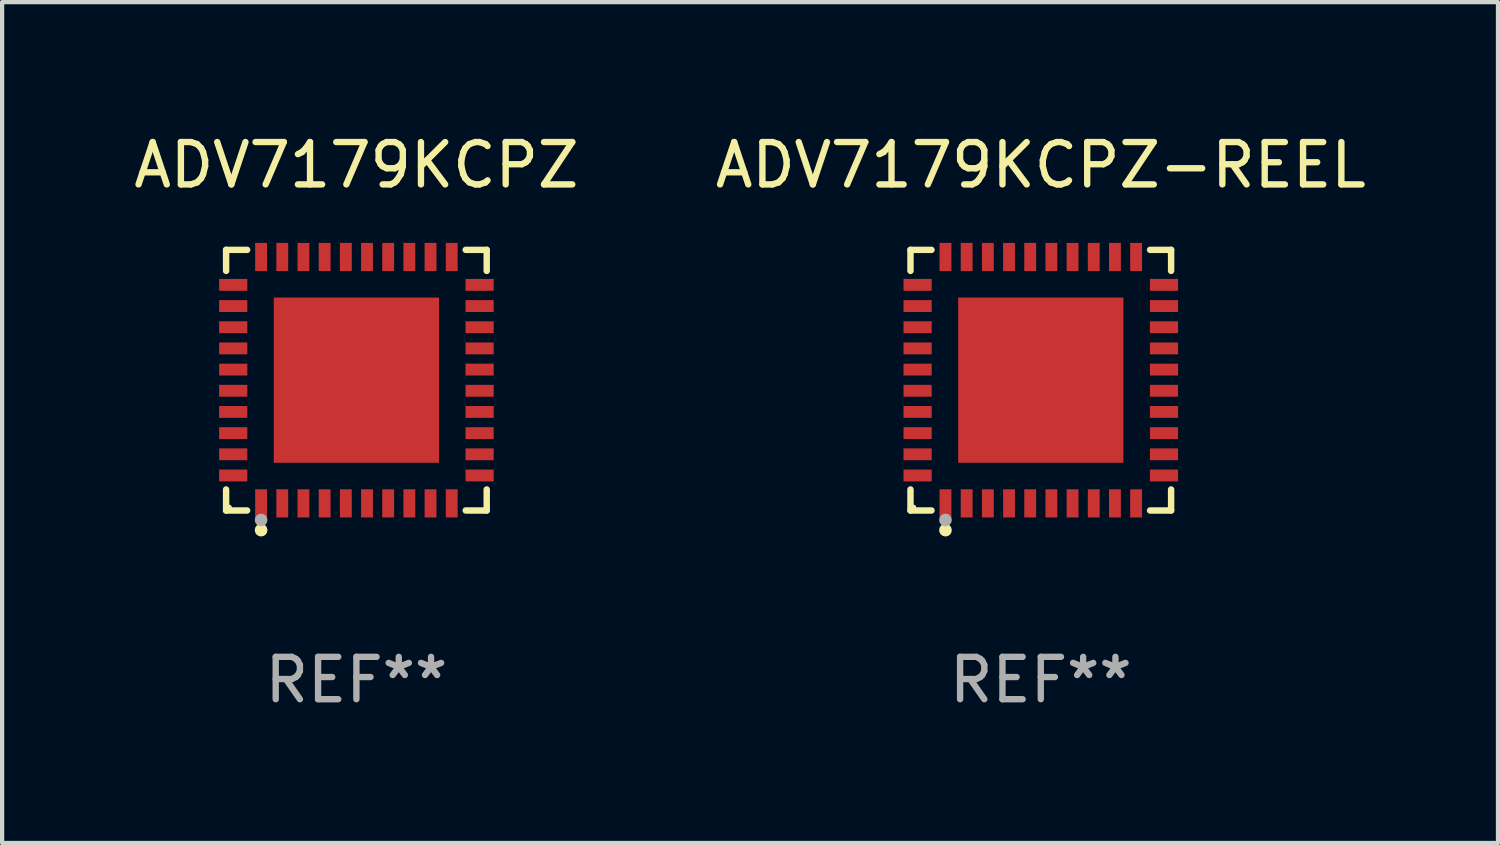
<source format=kicad_pcb>
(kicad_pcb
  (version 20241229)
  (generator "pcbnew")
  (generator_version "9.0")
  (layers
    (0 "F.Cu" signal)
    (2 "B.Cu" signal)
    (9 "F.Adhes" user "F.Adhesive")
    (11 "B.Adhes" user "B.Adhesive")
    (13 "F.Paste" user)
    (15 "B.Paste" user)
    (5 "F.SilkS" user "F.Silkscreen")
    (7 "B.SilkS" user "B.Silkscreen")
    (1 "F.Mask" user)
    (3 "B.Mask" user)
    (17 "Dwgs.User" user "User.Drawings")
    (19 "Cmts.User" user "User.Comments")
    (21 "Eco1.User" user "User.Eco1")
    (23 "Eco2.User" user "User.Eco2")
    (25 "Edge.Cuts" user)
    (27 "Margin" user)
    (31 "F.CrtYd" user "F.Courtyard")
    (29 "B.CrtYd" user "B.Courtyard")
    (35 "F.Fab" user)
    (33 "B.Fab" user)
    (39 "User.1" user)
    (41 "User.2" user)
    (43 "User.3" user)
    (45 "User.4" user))
  (footprint "ADV7179KCPZ-REEL"
    (layer "F.Cu")
    (at 21.518 5.924)
    (property "Reference" "ADV7179KCPZ-REEL" (at 0 -5.076 0) (layer "F.SilkS") (effects (font (size 1 1) (thickness 0.15))))
    (attr through_hole)
    (fp_line (start -3.076 -3.076) (end -2.58 -3.076) (stroke (width 0.152) (type solid)) (layer "F.SilkS"))
    (fp_line (start -3.076 -2.58) (end -3.076 -3.076) (stroke (width 0.152) (type solid)) (layer "F.SilkS"))
    (fp_line (start -3.076 2.58) (end -3.076 3.076) (stroke (width 0.152) (type solid)) (layer "F.SilkS"))
    (fp_line (start -3.076 3.076) (end -2.58 3.076) (stroke (width 0.152) (type solid)) (layer "F.SilkS"))
    (fp_line (start 3.076 -3.076) (end 2.58 -3.076) (stroke (width 0.152) (type solid)) (layer "F.SilkS"))
    (fp_line (start 3.076 -2.58) (end 3.076 -3.076) (stroke (width 0.152) (type solid)) (layer "F.SilkS"))
    (fp_line (start 3.076 2.58) (end 3.076 3.076) (stroke (width 0.152) (type solid)) (layer "F.SilkS"))
    (fp_line (start 3.076 3.076) (end 2.58 3.076) (stroke (width 0.152) (type solid)) (layer "F.SilkS"))
    (fp_circle (center -3 3) (end -2.97 3) (stroke (width 0.06) (type solid)) (fill no) (layer "F.SilkS"))
    (fp_circle (center -2.25 3.54) (end -2.175 3.54) (stroke (width 0.15) (type solid)) (fill no) (layer "F.SilkS"))
    (fp_circle (center -2.25 3.3) (end -2.175 3.3) (stroke (width 0.15) (type solid)) (fill no) (layer "F.Fab"))
    (fp_text user "REF**" (at 0 7.076 0) (layer "F.Fab") (effects (font (size 1 1) (thickness 0.15))))
    (pad "1" smd rect (at -2.25 2.908) (size 0.28 0.665) (layers "F.Cu" "F.Mask" "F.Paste"))
    (pad "2" smd rect (at -1.75 2.908) (size 0.28 0.665) (layers "F.Cu" "F.Mask" "F.Paste"))
    (pad "3" smd rect (at -1.25 2.908) (size 0.28 0.665) (layers "F.Cu" "F.Mask" "F.Paste"))
    (pad "4" smd rect (at -0.75 2.908) (size 0.28 0.665) (layers "F.Cu" "F.Mask" "F.Paste"))
    (pad "5" smd rect (at -0.25 2.908) (size 0.28 0.665) (layers "F.Cu" "F.Mask" "F.Paste"))
    (pad "6" smd rect (at 0.25 2.908) (size 0.28 0.665) (layers "F.Cu" "F.Mask" "F.Paste"))
    (pad "7" smd rect (at 0.75 2.908) (size 0.28 0.665) (layers "F.Cu" "F.Mask" "F.Paste"))
    (pad "8" smd rect (at 1.25 2.908) (size 0.28 0.665) (layers "F.Cu" "F.Mask" "F.Paste"))
    (pad "9" smd rect (at 1.75 2.908) (size 0.28 0.665) (layers "F.Cu" "F.Mask" "F.Paste"))
    (pad "10" smd rect (at 2.25 2.908) (size 0.28 0.665) (layers "F.Cu" "F.Mask" "F.Paste"))
    (pad "11" smd rect (at 2.908 2.25) (size 0.665 0.28) (layers "F.Cu" "F.Mask" "F.Paste"))
    (pad "12" smd rect (at 2.908 1.75) (size 0.665 0.28) (layers "F.Cu" "F.Mask" "F.Paste"))
    (pad "13" smd rect (at 2.908 1.25) (size 0.665 0.28) (layers "F.Cu" "F.Mask" "F.Paste"))
    (pad "14" smd rect (at 2.908 0.75) (size 0.665 0.28) (layers "F.Cu" "F.Mask" "F.Paste"))
    (pad "15" smd rect (at 2.908 0.25) (size 0.665 0.28) (layers "F.Cu" "F.Mask" "F.Paste"))
    (pad "16" smd rect (at 2.908 -0.25) (size 0.665 0.28) (layers "F.Cu" "F.Mask" "F.Paste"))
    (pad "17" smd rect (at 2.908 -0.75) (size 0.665 0.28) (layers "F.Cu" "F.Mask" "F.Paste"))
    (pad "18" smd rect (at 2.908 -1.25) (size 0.665 0.28) (layers "F.Cu" "F.Mask" "F.Paste"))
    (pad "19" smd rect (at 2.908 -1.75) (size 0.665 0.28) (layers "F.Cu" "F.Mask" "F.Paste"))
    (pad "20" smd rect (at 2.908 -2.25) (size 0.665 0.28) (layers "F.Cu" "F.Mask" "F.Paste"))
    (pad "21" smd rect (at 2.25 -2.908) (size 0.28 0.665) (layers "F.Cu" "F.Mask" "F.Paste"))
    (pad "22" smd rect (at 1.75 -2.908) (size 0.28 0.665) (layers "F.Cu" "F.Mask" "F.Paste"))
    (pad "23" smd rect (at 1.25 -2.908) (size 0.28 0.665) (layers "F.Cu" "F.Mask" "F.Paste"))
    (pad "24" smd rect (at 0.75 -2.908) (size 0.28 0.665) (layers "F.Cu" "F.Mask" "F.Paste"))
    (pad "25" smd rect (at 0.25 -2.908) (size 0.28 0.665) (layers "F.Cu" "F.Mask" "F.Paste"))
    (pad "26" smd rect (at -0.25 -2.908) (size 0.28 0.665) (layers "F.Cu" "F.Mask" "F.Paste"))
    (pad "27" smd rect (at -0.75 -2.908) (size 0.28 0.665) (layers "F.Cu" "F.Mask" "F.Paste"))
    (pad "28" smd rect (at -1.25 -2.908) (size 0.28 0.665) (layers "F.Cu" "F.Mask" "F.Paste"))
    (pad "29" smd rect (at -1.75 -2.908) (size 0.28 0.665) (layers "F.Cu" "F.Mask" "F.Paste"))
    (pad "30" smd rect (at -2.25 -2.908) (size 0.28 0.665) (layers "F.Cu" "F.Mask" "F.Paste"))
    (pad "31" smd rect (at -2.908 -2.25) (size 0.665 0.28) (layers "F.Cu" "F.Mask" "F.Paste"))
    (pad "32" smd rect (at -2.908 -1.75) (size 0.665 0.28) (layers "F.Cu" "F.Mask" "F.Paste"))
    (pad "33" smd rect (at -2.908 -1.25) (size 0.665 0.28) (layers "F.Cu" "F.Mask" "F.Paste"))
    (pad "34" smd rect (at -2.908 -0.75) (size 0.665 0.28) (layers "F.Cu" "F.Mask" "F.Paste"))
    (pad "35" smd rect (at -2.908 -0.25) (size 0.665 0.28) (layers "F.Cu" "F.Mask" "F.Paste"))
    (pad "36" smd rect (at -2.908 0.25) (size 0.665 0.28) (layers "F.Cu" "F.Mask" "F.Paste"))
    (pad "37" smd rect (at -2.908 0.75) (size 0.665 0.28) (layers "F.Cu" "F.Mask" "F.Paste"))
    (pad "38" smd rect (at -2.908 1.25) (size 0.665 0.28) (layers "F.Cu" "F.Mask" "F.Paste"))
    (pad "39" smd rect (at -2.908 1.75) (size 0.665 0.28) (layers "F.Cu" "F.Mask" "F.Paste"))
    (pad "40" smd rect (at -2.908 2.25) (size 0.665 0.28) (layers "F.Cu" "F.Mask" "F.Paste"))
    (pad "41" smd rect (at 0 0) (size 3.9 3.9) (layers "F.Cu" "F.Mask" "F.Paste")))
  (footprint "ADV7179KCPZ"
    (layer "F.Cu")
    (at 5.363 5.924)
    (property "Reference" "ADV7179KCPZ" (at 0 -5.076 0) (layer "F.SilkS") (effects (font (size 1 1) (thickness 0.15))))
    (attr through_hole)
    (fp_line (start -3.076 -3.076) (end -2.58 -3.076) (stroke (width 0.152) (type solid)) (layer "F.SilkS"))
    (fp_line (start -3.076 -2.58) (end -3.076 -3.076) (stroke (width 0.152) (type solid)) (layer "F.SilkS"))
    (fp_line (start -3.076 2.58) (end -3.076 3.076) (stroke (width 0.152) (type solid)) (layer "F.SilkS"))
    (fp_line (start -3.076 3.076) (end -2.58 3.076) (stroke (width 0.152) (type solid)) (layer "F.SilkS"))
    (fp_line (start 3.076 -3.076) (end 2.58 -3.076) (stroke (width 0.152) (type solid)) (layer "F.SilkS"))
    (fp_line (start 3.076 -2.58) (end 3.076 -3.076) (stroke (width 0.152) (type solid)) (layer "F.SilkS"))
    (fp_line (start 3.076 2.58) (end 3.076 3.076) (stroke (width 0.152) (type solid)) (layer "F.SilkS"))
    (fp_line (start 3.076 3.076) (end 2.58 3.076) (stroke (width 0.152) (type solid)) (layer "F.SilkS"))
    (fp_circle (center -3 3) (end -2.97 3) (stroke (width 0.06) (type solid)) (fill no) (layer "F.SilkS"))
    (fp_circle (center -2.25 3.54) (end -2.175 3.54) (stroke (width 0.15) (type solid)) (fill no) (layer "F.SilkS"))
    (fp_circle (center -2.25 3.3) (end -2.175 3.3) (stroke (width 0.15) (type solid)) (fill no) (layer "F.Fab"))
    (fp_text user "REF**" (at 0 7.076 0) (layer "F.Fab") (effects (font (size 1 1) (thickness 0.15))))
    (pad "1" smd rect (at -2.25 2.908) (size 0.28 0.665) (layers "F.Cu" "F.Mask" "F.Paste"))
    (pad "2" smd rect (at -1.75 2.908) (size 0.28 0.665) (layers "F.Cu" "F.Mask" "F.Paste"))
    (pad "3" smd rect (at -1.25 2.908) (size 0.28 0.665) (layers "F.Cu" "F.Mask" "F.Paste"))
    (pad "4" smd rect (at -0.75 2.908) (size 0.28 0.665) (layers "F.Cu" "F.Mask" "F.Paste"))
    (pad "5" smd rect (at -0.25 2.908) (size 0.28 0.665) (layers "F.Cu" "F.Mask" "F.Paste"))
    (pad "6" smd rect (at 0.25 2.908) (size 0.28 0.665) (layers "F.Cu" "F.Mask" "F.Paste"))
    (pad "7" smd rect (at 0.75 2.908) (size 0.28 0.665) (layers "F.Cu" "F.Mask" "F.Paste"))
    (pad "8" smd rect (at 1.25 2.908) (size 0.28 0.665) (layers "F.Cu" "F.Mask" "F.Paste"))
    (pad "9" smd rect (at 1.75 2.908) (size 0.28 0.665) (layers "F.Cu" "F.Mask" "F.Paste"))
    (pad "10" smd rect (at 2.25 2.908) (size 0.28 0.665) (layers "F.Cu" "F.Mask" "F.Paste"))
    (pad "11" smd rect (at 2.908 2.25) (size 0.665 0.28) (layers "F.Cu" "F.Mask" "F.Paste"))
    (pad "12" smd rect (at 2.908 1.75) (size 0.665 0.28) (layers "F.Cu" "F.Mask" "F.Paste"))
    (pad "13" smd rect (at 2.908 1.25) (size 0.665 0.28) (layers "F.Cu" "F.Mask" "F.Paste"))
    (pad "14" smd rect (at 2.908 0.75) (size 0.665 0.28) (layers "F.Cu" "F.Mask" "F.Paste"))
    (pad "15" smd rect (at 2.908 0.25) (size 0.665 0.28) (layers "F.Cu" "F.Mask" "F.Paste"))
    (pad "16" smd rect (at 2.908 -0.25) (size 0.665 0.28) (layers "F.Cu" "F.Mask" "F.Paste"))
    (pad "17" smd rect (at 2.908 -0.75) (size 0.665 0.28) (layers "F.Cu" "F.Mask" "F.Paste"))
    (pad "18" smd rect (at 2.908 -1.25) (size 0.665 0.28) (layers "F.Cu" "F.Mask" "F.Paste"))
    (pad "19" smd rect (at 2.908 -1.75) (size 0.665 0.28) (layers "F.Cu" "F.Mask" "F.Paste"))
    (pad "20" smd rect (at 2.908 -2.25) (size 0.665 0.28) (layers "F.Cu" "F.Mask" "F.Paste"))
    (pad "21" smd rect (at 2.25 -2.908) (size 0.28 0.665) (layers "F.Cu" "F.Mask" "F.Paste"))
    (pad "22" smd rect (at 1.75 -2.908) (size 0.28 0.665) (layers "F.Cu" "F.Mask" "F.Paste"))
    (pad "23" smd rect (at 1.25 -2.908) (size 0.28 0.665) (layers "F.Cu" "F.Mask" "F.Paste"))
    (pad "24" smd rect (at 0.75 -2.908) (size 0.28 0.665) (layers "F.Cu" "F.Mask" "F.Paste"))
    (pad "25" smd rect (at 0.25 -2.908) (size 0.28 0.665) (layers "F.Cu" "F.Mask" "F.Paste"))
    (pad "26" smd rect (at -0.25 -2.908) (size 0.28 0.665) (layers "F.Cu" "F.Mask" "F.Paste"))
    (pad "27" smd rect (at -0.75 -2.908) (size 0.28 0.665) (layers "F.Cu" "F.Mask" "F.Paste"))
    (pad "28" smd rect (at -1.25 -2.908) (size 0.28 0.665) (layers "F.Cu" "F.Mask" "F.Paste"))
    (pad "29" smd rect (at -1.75 -2.908) (size 0.28 0.665) (layers "F.Cu" "F.Mask" "F.Paste"))
    (pad "30" smd rect (at -2.25 -2.908) (size 0.28 0.665) (layers "F.Cu" "F.Mask" "F.Paste"))
    (pad "31" smd rect (at -2.908 -2.25) (size 0.665 0.28) (layers "F.Cu" "F.Mask" "F.Paste"))
    (pad "32" smd rect (at -2.908 -1.75) (size 0.665 0.28) (layers "F.Cu" "F.Mask" "F.Paste"))
    (pad "33" smd rect (at -2.908 -1.25) (size 0.665 0.28) (layers "F.Cu" "F.Mask" "F.Paste"))
    (pad "34" smd rect (at -2.908 -0.75) (size 0.665 0.28) (layers "F.Cu" "F.Mask" "F.Paste"))
    (pad "35" smd rect (at -2.908 -0.25) (size 0.665 0.28) (layers "F.Cu" "F.Mask" "F.Paste"))
    (pad "36" smd rect (at -2.908 0.25) (size 0.665 0.28) (layers "F.Cu" "F.Mask" "F.Paste"))
    (pad "37" smd rect (at -2.908 0.75) (size 0.665 0.28) (layers "F.Cu" "F.Mask" "F.Paste"))
    (pad "38" smd rect (at -2.908 1.25) (size 0.665 0.28) (layers "F.Cu" "F.Mask" "F.Paste"))
    (pad "39" smd rect (at -2.908 1.75) (size 0.665 0.28) (layers "F.Cu" "F.Mask" "F.Paste"))
    (pad "40" smd rect (at -2.908 2.25) (size 0.665 0.28) (layers "F.Cu" "F.Mask" "F.Paste"))
    (pad "41" smd rect (at 0 0) (size 3.9 3.9) (layers "F.Cu" "F.Mask" "F.Paste")))
  (gr_rect
    (start -3 -3)
    (end 32.31 16.849)
    (stroke (width 0.1) (type default))
    (fill no)
    (layer "Edge.Cuts")))
</source>
